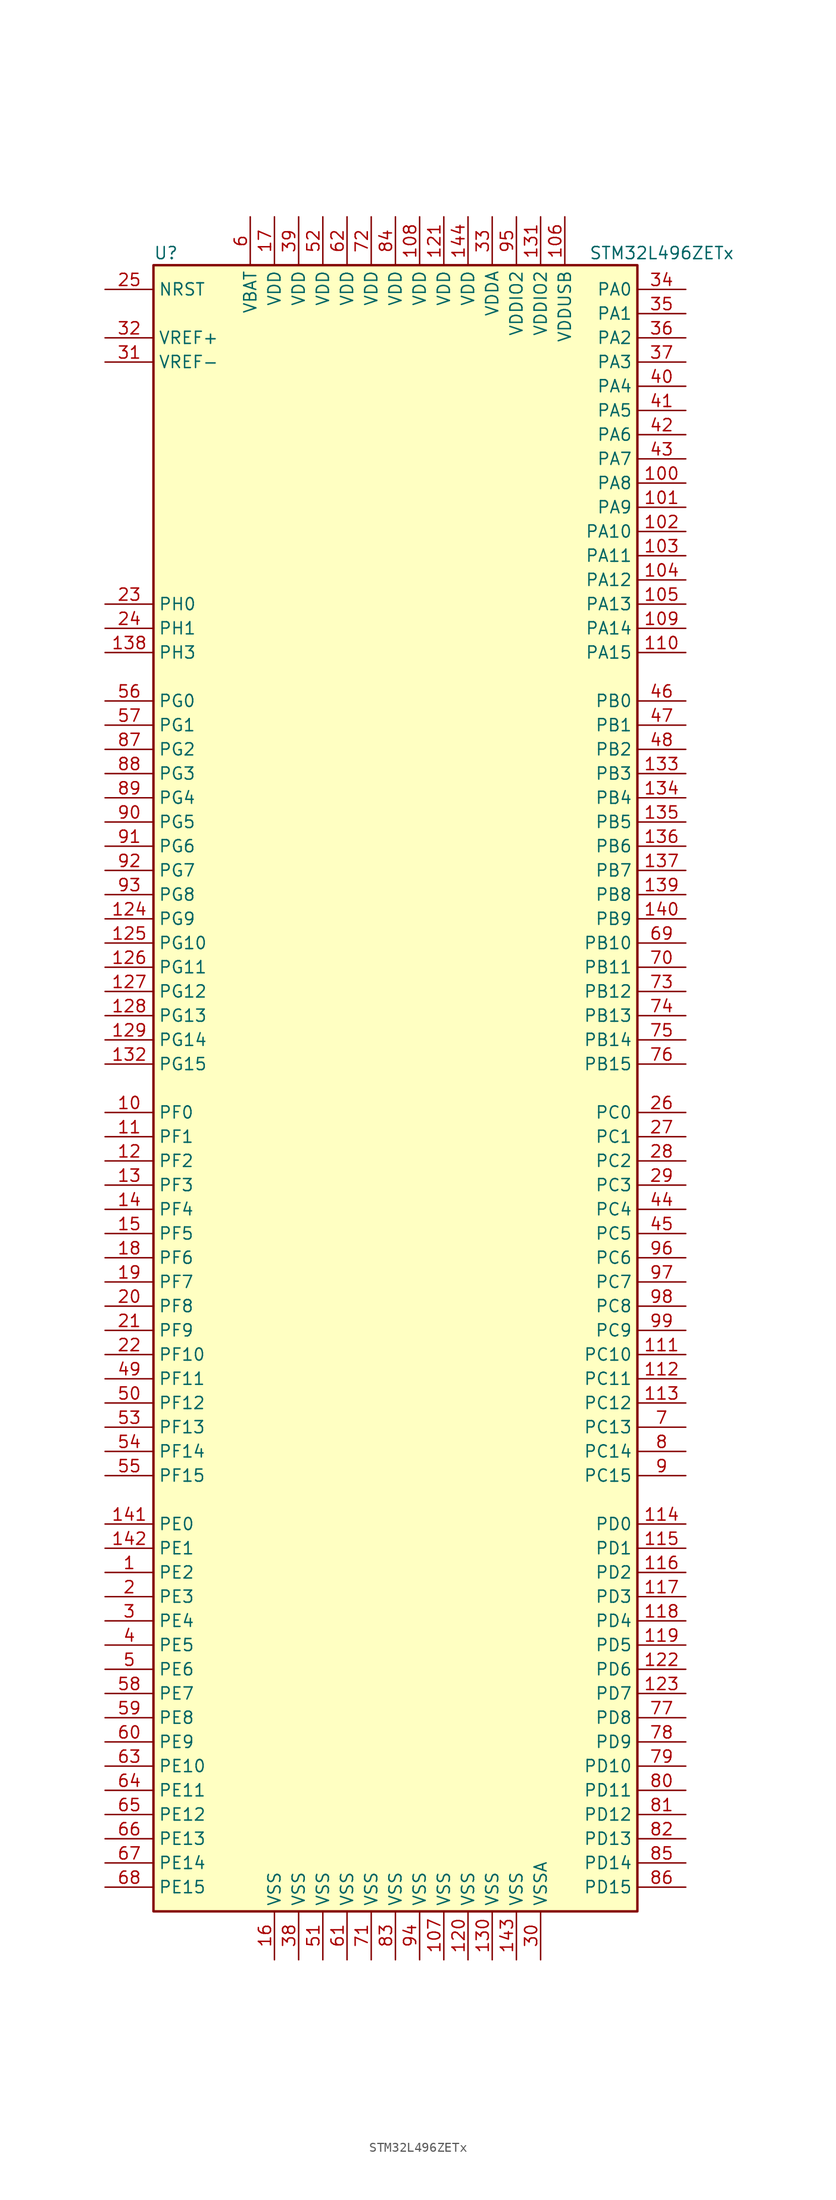
<source format=kicad_sym>
(kicad_symbol_lib
  (version 20201005)
  (generator kicad_symbol_editor)
  (symbol "STM32L496ZETx"
    (property "Reference" "U"
      (at -25.4 87.63 0)
      (effects (font (size 1.27 1.27)) (justify left)))
    (property "Value" "STM32L496ZETx"
      (at 20.32 87.63 0)
      (effects (font (size 1.27 1.27)) (justify left)))
    (symbol "STM32L496ZETx_0_1"
      (rectangle (start -25.4 -86.36) (end 25.4 86.36) (stroke (width 0.254)) (fill (type background))))
    (symbol "STM32L496ZETx_1_1"
      (pin input line (at -30.48 83.82 0) (length 5.08) (name "NRST" (effects (font (size 1.27 1.27)))) (number "25" (effects (font (size 1.27 1.27)))))
      (pin bidirectional line (at 30.48 83.82 180) (length 5.08) (name "PA0" (effects (font (size 1.27 1.27)))) (number "34" (effects (font (size 1.27 1.27)))))
      (pin bidirectional line (at 30.48 81.28 180) (length 5.08) (name "PA1" (effects (font (size 1.27 1.27)))) (number "35" (effects (font (size 1.27 1.27)))))
      (pin bidirectional line (at 30.48 58.42 180) (length 5.08) (name "PA10" (effects (font (size 1.27 1.27)))) (number "102" (effects (font (size 1.27 1.27)))))
      (pin bidirectional line (at 30.48 55.88 180) (length 5.08) (name "PA11" (effects (font (size 1.27 1.27)))) (number "103" (effects (font (size 1.27 1.27)))))
      (pin bidirectional line (at 30.48 53.34 180) (length 5.08) (name "PA12" (effects (font (size 1.27 1.27)))) (number "104" (effects (font (size 1.27 1.27)))))
      (pin bidirectional line (at 30.48 50.8 180) (length 5.08) (name "PA13" (effects (font (size 1.27 1.27)))) (number "105" (effects (font (size 1.27 1.27)))))
      (pin bidirectional line (at 30.48 48.26 180) (length 5.08) (name "PA14" (effects (font (size 1.27 1.27)))) (number "109" (effects (font (size 1.27 1.27)))))
      (pin bidirectional line (at 30.48 45.72 180) (length 5.08) (name "PA15" (effects (font (size 1.27 1.27)))) (number "110" (effects (font (size 1.27 1.27)))))
      (pin bidirectional line (at 30.48 78.74 180) (length 5.08) (name "PA2" (effects (font (size 1.27 1.27)))) (number "36" (effects (font (size 1.27 1.27)))))
      (pin bidirectional line (at 30.48 76.2 180) (length 5.08) (name "PA3" (effects (font (size 1.27 1.27)))) (number "37" (effects (font (size 1.27 1.27)))))
      (pin bidirectional line (at 30.48 73.66 180) (length 5.08) (name "PA4" (effects (font (size 1.27 1.27)))) (number "40" (effects (font (size 1.27 1.27)))))
      (pin bidirectional line (at 30.48 71.12 180) (length 5.08) (name "PA5" (effects (font (size 1.27 1.27)))) (number "41" (effects (font (size 1.27 1.27)))))
      (pin bidirectional line (at 30.48 68.58 180) (length 5.08) (name "PA6" (effects (font (size 1.27 1.27)))) (number "42" (effects (font (size 1.27 1.27)))))
      (pin bidirectional line (at 30.48 66.04 180) (length 5.08) (name "PA7" (effects (font (size 1.27 1.27)))) (number "43" (effects (font (size 1.27 1.27)))))
      (pin bidirectional line (at 30.48 63.5 180) (length 5.08) (name "PA8" (effects (font (size 1.27 1.27)))) (number "100" (effects (font (size 1.27 1.27)))))
      (pin bidirectional line (at 30.48 60.96 180) (length 5.08) (name "PA9" (effects (font (size 1.27 1.27)))) (number "101" (effects (font (size 1.27 1.27)))))
      (pin bidirectional line (at 30.48 40.64 180) (length 5.08) (name "PB0" (effects (font (size 1.27 1.27)))) (number "46" (effects (font (size 1.27 1.27)))))
      (pin bidirectional line (at 30.48 38.1 180) (length 5.08) (name "PB1" (effects (font (size 1.27 1.27)))) (number "47" (effects (font (size 1.27 1.27)))))
      (pin bidirectional line (at 30.48 15.24 180) (length 5.08) (name "PB10" (effects (font (size 1.27 1.27)))) (number "69" (effects (font (size 1.27 1.27)))))
      (pin bidirectional line (at 30.48 12.7 180) (length 5.08) (name "PB11" (effects (font (size 1.27 1.27)))) (number "70" (effects (font (size 1.27 1.27)))))
      (pin bidirectional line (at 30.48 10.16 180) (length 5.08) (name "PB12" (effects (font (size 1.27 1.27)))) (number "73" (effects (font (size 1.27 1.27)))))
      (pin bidirectional line (at 30.48 7.62 180) (length 5.08) (name "PB13" (effects (font (size 1.27 1.27)))) (number "74" (effects (font (size 1.27 1.27)))))
      (pin bidirectional line (at 30.48 5.08 180) (length 5.08) (name "PB14" (effects (font (size 1.27 1.27)))) (number "75" (effects (font (size 1.27 1.27)))))
      (pin bidirectional line (at 30.48 2.54 180) (length 5.08) (name "PB15" (effects (font (size 1.27 1.27)))) (number "76" (effects (font (size 1.27 1.27)))))
      (pin bidirectional line (at 30.48 35.56 180) (length 5.08) (name "PB2" (effects (font (size 1.27 1.27)))) (number "48" (effects (font (size 1.27 1.27)))))
      (pin bidirectional line (at 30.48 33.02 180) (length 5.08) (name "PB3" (effects (font (size 1.27 1.27)))) (number "133" (effects (font (size 1.27 1.27)))))
      (pin bidirectional line (at 30.48 30.48 180) (length 5.08) (name "PB4" (effects (font (size 1.27 1.27)))) (number "134" (effects (font (size 1.27 1.27)))))
      (pin bidirectional line (at 30.48 27.94 180) (length 5.08) (name "PB5" (effects (font (size 1.27 1.27)))) (number "135" (effects (font (size 1.27 1.27)))))
      (pin bidirectional line (at 30.48 25.4 180) (length 5.08) (name "PB6" (effects (font (size 1.27 1.27)))) (number "136" (effects (font (size 1.27 1.27)))))
      (pin bidirectional line (at 30.48 22.86 180) (length 5.08) (name "PB7" (effects (font (size 1.27 1.27)))) (number "137" (effects (font (size 1.27 1.27)))))
      (pin bidirectional line (at 30.48 20.32 180) (length 5.08) (name "PB8" (effects (font (size 1.27 1.27)))) (number "139" (effects (font (size 1.27 1.27)))))
      (pin bidirectional line (at 30.48 17.78 180) (length 5.08) (name "PB9" (effects (font (size 1.27 1.27)))) (number "140" (effects (font (size 1.27 1.27)))))
      (pin bidirectional line (at 30.48 -2.54 180) (length 5.08) (name "PC0" (effects (font (size 1.27 1.27)))) (number "26" (effects (font (size 1.27 1.27)))))
      (pin bidirectional line (at 30.48 -5.08 180) (length 5.08) (name "PC1" (effects (font (size 1.27 1.27)))) (number "27" (effects (font (size 1.27 1.27)))))
      (pin bidirectional line (at 30.48 -27.94 180) (length 5.08) (name "PC10" (effects (font (size 1.27 1.27)))) (number "111" (effects (font (size 1.27 1.27)))))
      (pin bidirectional line (at 30.48 -30.48 180) (length 5.08) (name "PC11" (effects (font (size 1.27 1.27)))) (number "112" (effects (font (size 1.27 1.27)))))
      (pin bidirectional line (at 30.48 -33.02 180) (length 5.08) (name "PC12" (effects (font (size 1.27 1.27)))) (number "113" (effects (font (size 1.27 1.27)))))
      (pin bidirectional line (at 30.48 -35.56 180) (length 5.08) (name "PC13" (effects (font (size 1.27 1.27)))) (number "7" (effects (font (size 1.27 1.27)))))
      (pin bidirectional line (at 30.48 -38.1 180) (length 5.08) (name "PC14" (effects (font (size 1.27 1.27)))) (number "8" (effects (font (size 1.27 1.27)))))
      (pin bidirectional line (at 30.48 -40.64 180) (length 5.08) (name "PC15" (effects (font (size 1.27 1.27)))) (number "9" (effects (font (size 1.27 1.27)))))
      (pin bidirectional line (at 30.48 -7.62 180) (length 5.08) (name "PC2" (effects (font (size 1.27 1.27)))) (number "28" (effects (font (size 1.27 1.27)))))
      (pin bidirectional line (at 30.48 -10.16 180) (length 5.08) (name "PC3" (effects (font (size 1.27 1.27)))) (number "29" (effects (font (size 1.27 1.27)))))
      (pin bidirectional line (at 30.48 -12.7 180) (length 5.08) (name "PC4" (effects (font (size 1.27 1.27)))) (number "44" (effects (font (size 1.27 1.27)))))
      (pin bidirectional line (at 30.48 -15.24 180) (length 5.08) (name "PC5" (effects (font (size 1.27 1.27)))) (number "45" (effects (font (size 1.27 1.27)))))
      (pin bidirectional line (at 30.48 -17.78 180) (length 5.08) (name "PC6" (effects (font (size 1.27 1.27)))) (number "96" (effects (font (size 1.27 1.27)))))
      (pin bidirectional line (at 30.48 -20.32 180) (length 5.08) (name "PC7" (effects (font (size 1.27 1.27)))) (number "97" (effects (font (size 1.27 1.27)))))
      (pin bidirectional line (at 30.48 -22.86 180) (length 5.08) (name "PC8" (effects (font (size 1.27 1.27)))) (number "98" (effects (font (size 1.27 1.27)))))
      (pin bidirectional line (at 30.48 -25.4 180) (length 5.08) (name "PC9" (effects (font (size 1.27 1.27)))) (number "99" (effects (font (size 1.27 1.27)))))
      (pin bidirectional line (at 30.48 -45.72 180) (length 5.08) (name "PD0" (effects (font (size 1.27 1.27)))) (number "114" (effects (font (size 1.27 1.27)))))
      (pin bidirectional line (at 30.48 -48.26 180) (length 5.08) (name "PD1" (effects (font (size 1.27 1.27)))) (number "115" (effects (font (size 1.27 1.27)))))
      (pin bidirectional line (at 30.48 -71.12 180) (length 5.08) (name "PD10" (effects (font (size 1.27 1.27)))) (number "79" (effects (font (size 1.27 1.27)))))
      (pin bidirectional line (at 30.48 -73.66 180) (length 5.08) (name "PD11" (effects (font (size 1.27 1.27)))) (number "80" (effects (font (size 1.27 1.27)))))
      (pin bidirectional line (at 30.48 -76.2 180) (length 5.08) (name "PD12" (effects (font (size 1.27 1.27)))) (number "81" (effects (font (size 1.27 1.27)))))
      (pin bidirectional line (at 30.48 -78.74 180) (length 5.08) (name "PD13" (effects (font (size 1.27 1.27)))) (number "82" (effects (font (size 1.27 1.27)))))
      (pin bidirectional line (at 30.48 -81.28 180) (length 5.08) (name "PD14" (effects (font (size 1.27 1.27)))) (number "85" (effects (font (size 1.27 1.27)))))
      (pin bidirectional line (at 30.48 -83.82 180) (length 5.08) (name "PD15" (effects (font (size 1.27 1.27)))) (number "86" (effects (font (size 1.27 1.27)))))
      (pin bidirectional line (at 30.48 -50.8 180) (length 5.08) (name "PD2" (effects (font (size 1.27 1.27)))) (number "116" (effects (font (size 1.27 1.27)))))
      (pin bidirectional line (at 30.48 -53.34 180) (length 5.08) (name "PD3" (effects (font (size 1.27 1.27)))) (number "117" (effects (font (size 1.27 1.27)))))
      (pin bidirectional line (at 30.48 -55.88 180) (length 5.08) (name "PD4" (effects (font (size 1.27 1.27)))) (number "118" (effects (font (size 1.27 1.27)))))
      (pin bidirectional line (at 30.48 -58.42 180) (length 5.08) (name "PD5" (effects (font (size 1.27 1.27)))) (number "119" (effects (font (size 1.27 1.27)))))
      (pin bidirectional line (at 30.48 -60.96 180) (length 5.08) (name "PD6" (effects (font (size 1.27 1.27)))) (number "122" (effects (font (size 1.27 1.27)))))
      (pin bidirectional line (at 30.48 -63.5 180) (length 5.08) (name "PD7" (effects (font (size 1.27 1.27)))) (number "123" (effects (font (size 1.27 1.27)))))
      (pin bidirectional line (at 30.48 -66.04 180) (length 5.08) (name "PD8" (effects (font (size 1.27 1.27)))) (number "77" (effects (font (size 1.27 1.27)))))
      (pin bidirectional line (at 30.48 -68.58 180) (length 5.08) (name "PD9" (effects (font (size 1.27 1.27)))) (number "78" (effects (font (size 1.27 1.27)))))
      (pin bidirectional line (at -30.48 -45.72 0) (length 5.08) (name "PE0" (effects (font (size 1.27 1.27)))) (number "141" (effects (font (size 1.27 1.27)))))
      (pin bidirectional line (at -30.48 -48.26 0) (length 5.08) (name "PE1" (effects (font (size 1.27 1.27)))) (number "142" (effects (font (size 1.27 1.27)))))
      (pin bidirectional line (at -30.48 -71.12 0) (length 5.08) (name "PE10" (effects (font (size 1.27 1.27)))) (number "63" (effects (font (size 1.27 1.27)))))
      (pin bidirectional line (at -30.48 -73.66 0) (length 5.08) (name "PE11" (effects (font (size 1.27 1.27)))) (number "64" (effects (font (size 1.27 1.27)))))
      (pin bidirectional line (at -30.48 -76.2 0) (length 5.08) (name "PE12" (effects (font (size 1.27 1.27)))) (number "65" (effects (font (size 1.27 1.27)))))
      (pin bidirectional line (at -30.48 -78.74 0) (length 5.08) (name "PE13" (effects (font (size 1.27 1.27)))) (number "66" (effects (font (size 1.27 1.27)))))
      (pin bidirectional line (at -30.48 -81.28 0) (length 5.08) (name "PE14" (effects (font (size 1.27 1.27)))) (number "67" (effects (font (size 1.27 1.27)))))
      (pin bidirectional line (at -30.48 -83.82 0) (length 5.08) (name "PE15" (effects (font (size 1.27 1.27)))) (number "68" (effects (font (size 1.27 1.27)))))
      (pin bidirectional line (at -30.48 -50.8 0) (length 5.08) (name "PE2" (effects (font (size 1.27 1.27)))) (number "1" (effects (font (size 1.27 1.27)))))
      (pin bidirectional line (at -30.48 -53.34 0) (length 5.08) (name "PE3" (effects (font (size 1.27 1.27)))) (number "2" (effects (font (size 1.27 1.27)))))
      (pin bidirectional line (at -30.48 -55.88 0) (length 5.08) (name "PE4" (effects (font (size 1.27 1.27)))) (number "3" (effects (font (size 1.27 1.27)))))
      (pin bidirectional line (at -30.48 -58.42 0) (length 5.08) (name "PE5" (effects (font (size 1.27 1.27)))) (number "4" (effects (font (size 1.27 1.27)))))
      (pin bidirectional line (at -30.48 -60.96 0) (length 5.08) (name "PE6" (effects (font (size 1.27 1.27)))) (number "5" (effects (font (size 1.27 1.27)))))
      (pin bidirectional line (at -30.48 -63.5 0) (length 5.08) (name "PE7" (effects (font (size 1.27 1.27)))) (number "58" (effects (font (size 1.27 1.27)))))
      (pin bidirectional line (at -30.48 -66.04 0) (length 5.08) (name "PE8" (effects (font (size 1.27 1.27)))) (number "59" (effects (font (size 1.27 1.27)))))
      (pin bidirectional line (at -30.48 -68.58 0) (length 5.08) (name "PE9" (effects (font (size 1.27 1.27)))) (number "60" (effects (font (size 1.27 1.27)))))
      (pin bidirectional line (at -30.48 -2.54 0) (length 5.08) (name "PF0" (effects (font (size 1.27 1.27)))) (number "10" (effects (font (size 1.27 1.27)))))
      (pin bidirectional line (at -30.48 -5.08 0) (length 5.08) (name "PF1" (effects (font (size 1.27 1.27)))) (number "11" (effects (font (size 1.27 1.27)))))
      (pin bidirectional line (at -30.48 -27.94 0) (length 5.08) (name "PF10" (effects (font (size 1.27 1.27)))) (number "22" (effects (font (size 1.27 1.27)))))
      (pin bidirectional line (at -30.48 -30.48 0) (length 5.08) (name "PF11" (effects (font (size 1.27 1.27)))) (number "49" (effects (font (size 1.27 1.27)))))
      (pin bidirectional line (at -30.48 -33.02 0) (length 5.08) (name "PF12" (effects (font (size 1.27 1.27)))) (number "50" (effects (font (size 1.27 1.27)))))
      (pin bidirectional line (at -30.48 -35.56 0) (length 5.08) (name "PF13" (effects (font (size 1.27 1.27)))) (number "53" (effects (font (size 1.27 1.27)))))
      (pin bidirectional line (at -30.48 -38.1 0) (length 5.08) (name "PF14" (effects (font (size 1.27 1.27)))) (number "54" (effects (font (size 1.27 1.27)))))
      (pin bidirectional line (at -30.48 -40.64 0) (length 5.08) (name "PF15" (effects (font (size 1.27 1.27)))) (number "55" (effects (font (size 1.27 1.27)))))
      (pin bidirectional line (at -30.48 -7.62 0) (length 5.08) (name "PF2" (effects (font (size 1.27 1.27)))) (number "12" (effects (font (size 1.27 1.27)))))
      (pin bidirectional line (at -30.48 -10.16 0) (length 5.08) (name "PF3" (effects (font (size 1.27 1.27)))) (number "13" (effects (font (size 1.27 1.27)))))
      (pin bidirectional line (at -30.48 -12.7 0) (length 5.08) (name "PF4" (effects (font (size 1.27 1.27)))) (number "14" (effects (font (size 1.27 1.27)))))
      (pin bidirectional line (at -30.48 -15.24 0) (length 5.08) (name "PF5" (effects (font (size 1.27 1.27)))) (number "15" (effects (font (size 1.27 1.27)))))
      (pin bidirectional line (at -30.48 -17.78 0) (length 5.08) (name "PF6" (effects (font (size 1.27 1.27)))) (number "18" (effects (font (size 1.27 1.27)))))
      (pin bidirectional line (at -30.48 -20.32 0) (length 5.08) (name "PF7" (effects (font (size 1.27 1.27)))) (number "19" (effects (font (size 1.27 1.27)))))
      (pin bidirectional line (at -30.48 -22.86 0) (length 5.08) (name "PF8" (effects (font (size 1.27 1.27)))) (number "20" (effects (font (size 1.27 1.27)))))
      (pin bidirectional line (at -30.48 -25.4 0) (length 5.08) (name "PF9" (effects (font (size 1.27 1.27)))) (number "21" (effects (font (size 1.27 1.27)))))
      (pin bidirectional line (at -30.48 40.64 0) (length 5.08) (name "PG0" (effects (font (size 1.27 1.27)))) (number "56" (effects (font (size 1.27 1.27)))))
      (pin bidirectional line (at -30.48 38.1 0) (length 5.08) (name "PG1" (effects (font (size 1.27 1.27)))) (number "57" (effects (font (size 1.27 1.27)))))
      (pin bidirectional line (at -30.48 15.24 0) (length 5.08) (name "PG10" (effects (font (size 1.27 1.27)))) (number "125" (effects (font (size 1.27 1.27)))))
      (pin bidirectional line (at -30.48 12.7 0) (length 5.08) (name "PG11" (effects (font (size 1.27 1.27)))) (number "126" (effects (font (size 1.27 1.27)))))
      (pin bidirectional line (at -30.48 10.16 0) (length 5.08) (name "PG12" (effects (font (size 1.27 1.27)))) (number "127" (effects (font (size 1.27 1.27)))))
      (pin bidirectional line (at -30.48 7.62 0) (length 5.08) (name "PG13" (effects (font (size 1.27 1.27)))) (number "128" (effects (font (size 1.27 1.27)))))
      (pin bidirectional line (at -30.48 5.08 0) (length 5.08) (name "PG14" (effects (font (size 1.27 1.27)))) (number "129" (effects (font (size 1.27 1.27)))))
      (pin bidirectional line (at -30.48 2.54 0) (length 5.08) (name "PG15" (effects (font (size 1.27 1.27)))) (number "132" (effects (font (size 1.27 1.27)))))
      (pin bidirectional line (at -30.48 35.56 0) (length 5.08) (name "PG2" (effects (font (size 1.27 1.27)))) (number "87" (effects (font (size 1.27 1.27)))))
      (pin bidirectional line (at -30.48 33.02 0) (length 5.08) (name "PG3" (effects (font (size 1.27 1.27)))) (number "88" (effects (font (size 1.27 1.27)))))
      (pin bidirectional line (at -30.48 30.48 0) (length 5.08) (name "PG4" (effects (font (size 1.27 1.27)))) (number "89" (effects (font (size 1.27 1.27)))))
      (pin bidirectional line (at -30.48 27.94 0) (length 5.08) (name "PG5" (effects (font (size 1.27 1.27)))) (number "90" (effects (font (size 1.27 1.27)))))
      (pin bidirectional line (at -30.48 25.4 0) (length 5.08) (name "PG6" (effects (font (size 1.27 1.27)))) (number "91" (effects (font (size 1.27 1.27)))))
      (pin bidirectional line (at -30.48 22.86 0) (length 5.08) (name "PG7" (effects (font (size 1.27 1.27)))) (number "92" (effects (font (size 1.27 1.27)))))
      (pin bidirectional line (at -30.48 20.32 0) (length 5.08) (name "PG8" (effects (font (size 1.27 1.27)))) (number "93" (effects (font (size 1.27 1.27)))))
      (pin bidirectional line (at -30.48 17.78 0) (length 5.08) (name "PG9" (effects (font (size 1.27 1.27)))) (number "124" (effects (font (size 1.27 1.27)))))
      (pin input line (at -30.48 50.8 0) (length 5.08) (name "PH0" (effects (font (size 1.27 1.27)))) (number "23" (effects (font (size 1.27 1.27)))))
      (pin input line (at -30.48 48.26 0) (length 5.08) (name "PH1" (effects (font (size 1.27 1.27)))) (number "24" (effects (font (size 1.27 1.27)))))
      (pin bidirectional line (at -30.48 45.72 0) (length 5.08) (name "PH3" (effects (font (size 1.27 1.27)))) (number "138" (effects (font (size 1.27 1.27)))))
      (pin power_in line (at -15.24 91.44 270) (length 5.08) (name "VBAT" (effects (font (size 1.27 1.27)))) (number "6" (effects (font (size 1.27 1.27)))))
      (pin power_in line (at 2.54 91.44 270) (length 5.08) (name "VDD" (effects (font (size 1.27 1.27)))) (number "108" (effects (font (size 1.27 1.27)))))
      (pin power_in line (at 5.08 91.44 270) (length 5.08) (name "VDD" (effects (font (size 1.27 1.27)))) (number "121" (effects (font (size 1.27 1.27)))))
      (pin power_in line (at 7.62 91.44 270) (length 5.08) (name "VDD" (effects (font (size 1.27 1.27)))) (number "144" (effects (font (size 1.27 1.27)))))
      (pin power_in line (at -12.7 91.44 270) (length 5.08) (name "VDD" (effects (font (size 1.27 1.27)))) (number "17" (effects (font (size 1.27 1.27)))))
      (pin power_in line (at -10.16 91.44 270) (length 5.08) (name "VDD" (effects (font (size 1.27 1.27)))) (number "39" (effects (font (size 1.27 1.27)))))
      (pin power_in line (at -7.62 91.44 270) (length 5.08) (name "VDD" (effects (font (size 1.27 1.27)))) (number "52" (effects (font (size 1.27 1.27)))))
      (pin power_in line (at -5.08 91.44 270) (length 5.08) (name "VDD" (effects (font (size 1.27 1.27)))) (number "62" (effects (font (size 1.27 1.27)))))
      (pin power_in line (at -2.54 91.44 270) (length 5.08) (name "VDD" (effects (font (size 1.27 1.27)))) (number "72" (effects (font (size 1.27 1.27)))))
      (pin power_in line (at 0 91.44 270) (length 5.08) (name "VDD" (effects (font (size 1.27 1.27)))) (number "84" (effects (font (size 1.27 1.27)))))
      (pin power_in line (at 10.16 91.44 270) (length 5.08) (name "VDDA" (effects (font (size 1.27 1.27)))) (number "33" (effects (font (size 1.27 1.27)))))
      (pin power_in line (at 15.24 91.44 270) (length 5.08) (name "VDDIO2" (effects (font (size 1.27 1.27)))) (number "131" (effects (font (size 1.27 1.27)))))
      (pin power_in line (at 12.7 91.44 270) (length 5.08) (name "VDDIO2" (effects (font (size 1.27 1.27)))) (number "95" (effects (font (size 1.27 1.27)))))
      (pin power_in line (at 17.78 91.44 270) (length 5.08) (name "VDDUSB" (effects (font (size 1.27 1.27)))) (number "106" (effects (font (size 1.27 1.27)))))
      (pin bidirectional line (at -30.48 78.74 0) (length 5.08) (name "VREF+" (effects (font (size 1.27 1.27)))) (number "32" (effects (font (size 1.27 1.27)))))
      (pin power_in line (at -30.48 76.2 0) (length 5.08) (name "VREF-" (effects (font (size 1.27 1.27)))) (number "31" (effects (font (size 1.27 1.27)))))
      (pin power_in line (at 5.08 -91.44 90) (length 5.08) (name "VSS" (effects (font (size 1.27 1.27)))) (number "107" (effects (font (size 1.27 1.27)))))
      (pin power_in line (at 7.62 -91.44 90) (length 5.08) (name "VSS" (effects (font (size 1.27 1.27)))) (number "120" (effects (font (size 1.27 1.27)))))
      (pin power_in line (at 10.16 -91.44 90) (length 5.08) (name "VSS" (effects (font (size 1.27 1.27)))) (number "130" (effects (font (size 1.27 1.27)))))
      (pin power_in line (at 12.7 -91.44 90) (length 5.08) (name "VSS" (effects (font (size 1.27 1.27)))) (number "143" (effects (font (size 1.27 1.27)))))
      (pin power_in line (at -12.7 -91.44 90) (length 5.08) (name "VSS" (effects (font (size 1.27 1.27)))) (number "16" (effects (font (size 1.27 1.27)))))
      (pin power_in line (at -10.16 -91.44 90) (length 5.08) (name "VSS" (effects (font (size 1.27 1.27)))) (number "38" (effects (font (size 1.27 1.27)))))
      (pin power_in line (at -7.62 -91.44 90) (length 5.08) (name "VSS" (effects (font (size 1.27 1.27)))) (number "51" (effects (font (size 1.27 1.27)))))
      (pin power_in line (at -5.08 -91.44 90) (length 5.08) (name "VSS" (effects (font (size 1.27 1.27)))) (number "61" (effects (font (size 1.27 1.27)))))
      (pin power_in line (at -2.54 -91.44 90) (length 5.08) (name "VSS" (effects (font (size 1.27 1.27)))) (number "71" (effects (font (size 1.27 1.27)))))
      (pin power_in line (at 0 -91.44 90) (length 5.08) (name "VSS" (effects (font (size 1.27 1.27)))) (number "83" (effects (font (size 1.27 1.27)))))
      (pin power_in line (at 2.54 -91.44 90) (length 5.08) (name "VSS" (effects (font (size 1.27 1.27)))) (number "94" (effects (font (size 1.27 1.27)))))
      (pin power_in line (at 15.24 -91.44 90) (length 5.08) (name "VSSA" (effects (font (size 1.27 1.27)))) (number "30" (effects (font (size 1.27 1.27))))))))
</source>
